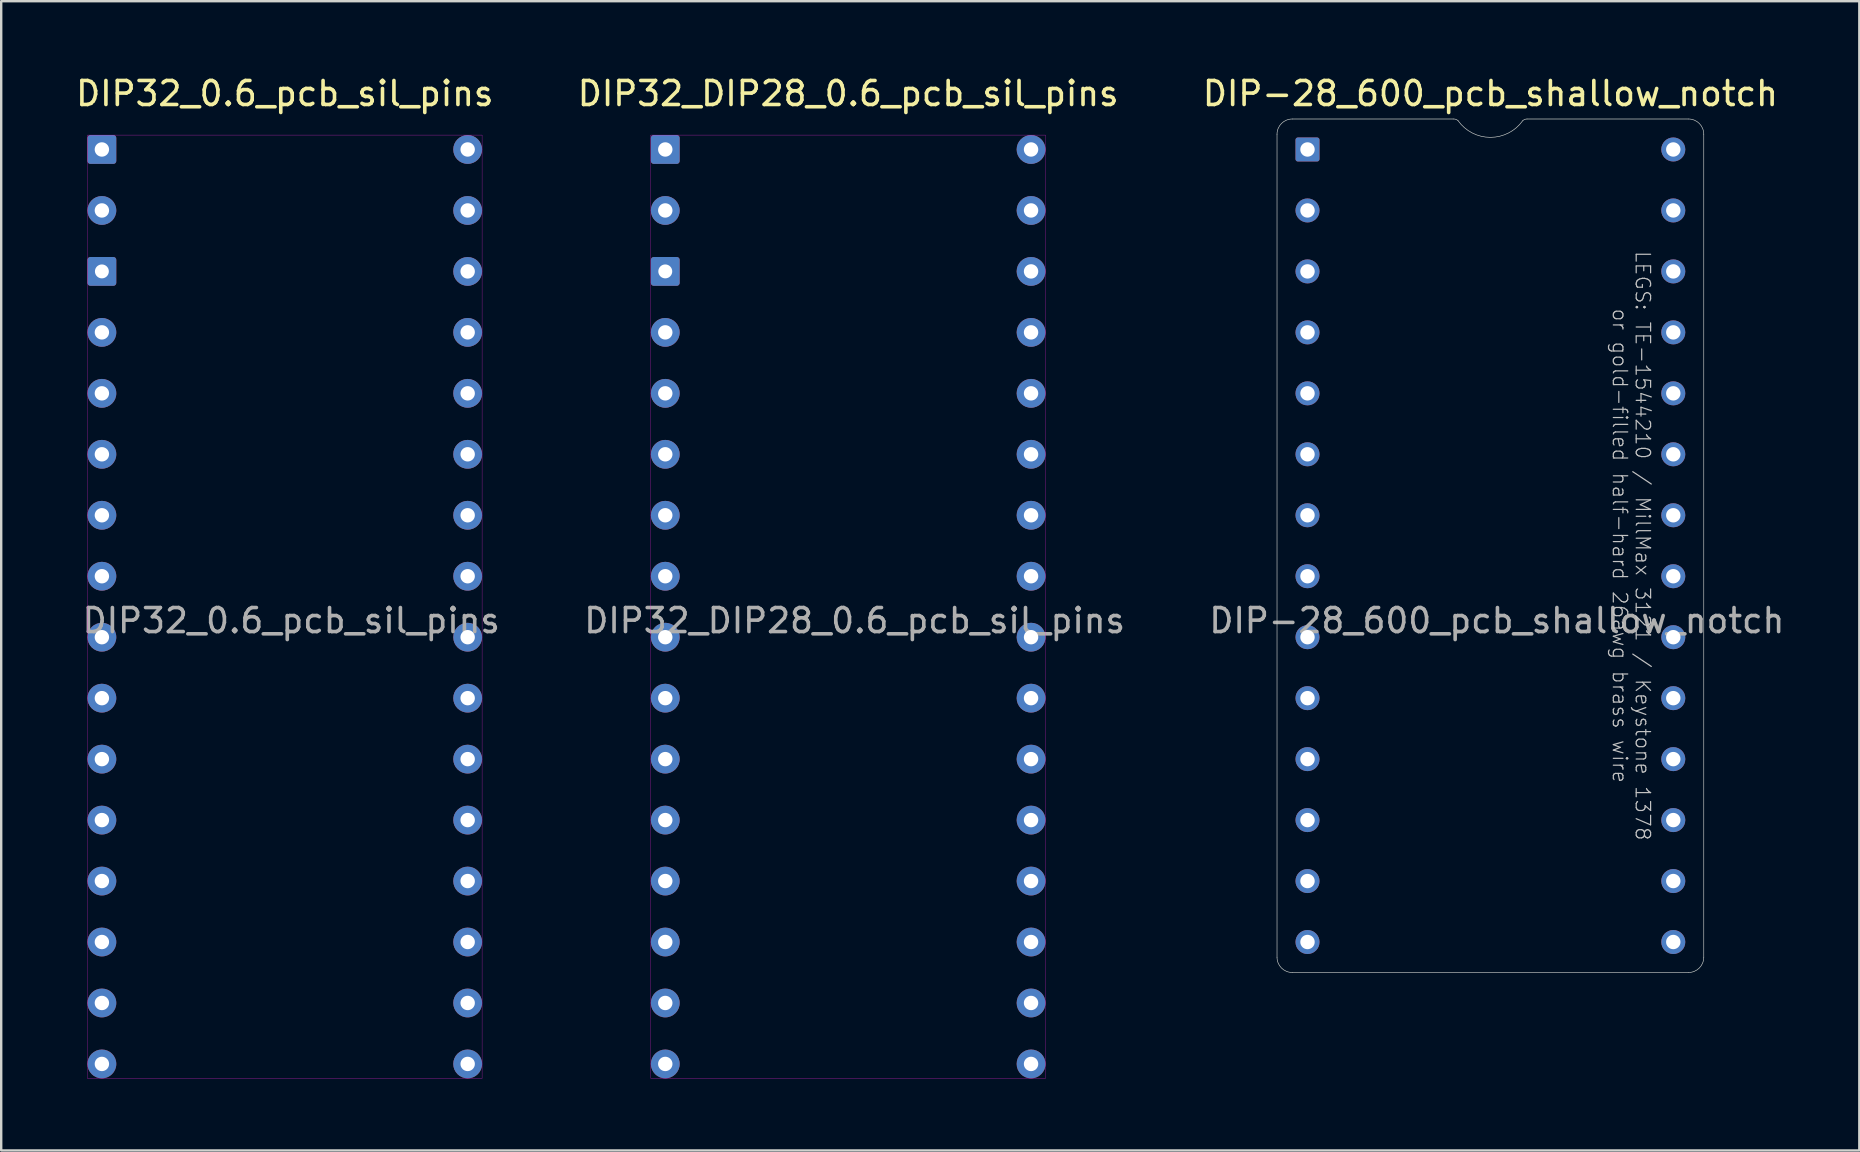
<source format=kicad_pcb>
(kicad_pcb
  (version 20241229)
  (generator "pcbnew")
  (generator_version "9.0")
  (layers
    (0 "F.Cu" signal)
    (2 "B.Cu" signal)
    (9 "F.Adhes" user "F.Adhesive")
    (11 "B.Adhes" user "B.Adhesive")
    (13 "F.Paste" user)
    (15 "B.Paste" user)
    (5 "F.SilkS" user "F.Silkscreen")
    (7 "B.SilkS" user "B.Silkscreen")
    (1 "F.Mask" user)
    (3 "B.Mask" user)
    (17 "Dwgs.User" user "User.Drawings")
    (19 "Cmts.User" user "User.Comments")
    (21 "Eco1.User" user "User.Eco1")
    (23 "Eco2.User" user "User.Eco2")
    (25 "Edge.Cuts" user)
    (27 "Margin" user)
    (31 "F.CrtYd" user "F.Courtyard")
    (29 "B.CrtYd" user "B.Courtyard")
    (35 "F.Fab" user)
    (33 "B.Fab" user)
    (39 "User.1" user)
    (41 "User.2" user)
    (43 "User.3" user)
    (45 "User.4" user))
  (footprint "DIP32_DIP28_0.6_pcb_sil_pins"
    (layer "F.Cu")
    (at 32.288 22.228)
    (property "Reference" "DIP32_DIP28_0.6_pcb_sil_pins" (at 0 -21.38 0) (layer "F.SilkS") (effects (font (size 1 1) (thickness 0.15))))
    (attr through_hole)
    (fp_line (start -8.22 -19.65) (end -8.22 19.65) (stroke (width 0.01) (type solid)) (layer "F.CrtYd"))
    (fp_line (start -8.22 19.65) (end 8.22 19.65) (stroke (width 0.01) (type solid)) (layer "F.CrtYd"))
    (fp_line (start 8.22 -19.65) (end -8.22 -19.65) (stroke (width 0.01) (type solid)) (layer "F.CrtYd"))
    (fp_line (start 8.22 19.65) (end 8.22 -19.65) (stroke (width 0.01) (type solid)) (layer "F.CrtYd"))
    (fp_text user "${REFERENCE}" (at 0.27 0.58 0) (layer "F.Fab") (effects (font (size 1 1) (thickness 0.15))))
    (pad "1" thru_hole roundrect (at -7.62 -19.05) (size 1.2 1.2) (drill 0.6) (layers "*.Cu" "*.Mask") (roundrect_rratio 0.1))
    (pad "2" thru_hole circle (at -7.62 -16.51) (size 1.2 1.2) (drill 0.6) (layers "*.Cu" "*.Mask"))
    (pad "3" thru_hole roundrect (at -7.62 -13.97) (size 1.2 1.2) (drill 0.58) (layers "*.Cu" "*.Mask") (roundrect_rratio 0.1))
    (pad "4" thru_hole circle (at -7.62 -11.43) (size 1.2 1.2) (drill 0.6) (layers "*.Cu" "*.Mask"))
    (pad "5" thru_hole circle (at -7.62 -8.89) (size 1.2 1.2) (drill 0.6) (layers "*.Cu" "*.Mask"))
    (pad "6" thru_hole circle (at -7.62 -6.35) (size 1.2 1.2) (drill 0.6) (layers "*.Cu" "*.Mask"))
    (pad "7" thru_hole circle (at -7.62 -3.81) (size 1.2 1.2) (drill 0.6) (layers "*.Cu" "*.Mask"))
    (pad "8" thru_hole circle (at -7.62 -1.27) (size 1.2 1.2) (drill 0.6) (layers "*.Cu" "*.Mask"))
    (pad "9" thru_hole circle (at -7.62 1.27) (size 1.2 1.2) (drill 0.6) (layers "*.Cu" "*.Mask"))
    (pad "10" thru_hole circle (at -7.62 3.81) (size 1.2 1.2) (drill 0.6) (layers "*.Cu" "*.Mask"))
    (pad "11" thru_hole circle (at -7.62 6.35) (size 1.2 1.2) (drill 0.6) (layers "*.Cu" "*.Mask"))
    (pad "12" thru_hole circle (at -7.62 8.89) (size 1.2 1.2) (drill 0.6) (layers "*.Cu" "*.Mask"))
    (pad "13" thru_hole circle (at -7.62 11.43) (size 1.2 1.2) (drill 0.6) (layers "*.Cu" "*.Mask"))
    (pad "14" thru_hole circle (at -7.62 13.97) (size 1.2 1.2) (drill 0.6) (layers "*.Cu" "*.Mask"))
    (pad "15" thru_hole circle (at -7.62 16.51) (size 1.2 1.2) (drill 0.6) (layers "*.Cu" "*.Mask"))
    (pad "16" thru_hole circle (at -7.62 19.05) (size 1.2 1.2) (drill 0.6) (layers "*.Cu" "*.Mask"))
    (pad "17" thru_hole circle (at 7.62 19.05) (size 1.2 1.2) (drill 0.6) (layers "*.Cu" "*.Mask"))
    (pad "18" thru_hole circle (at 7.62 16.51) (size 1.2 1.2) (drill 0.6) (layers "*.Cu" "*.Mask"))
    (pad "19" thru_hole circle (at 7.62 13.97) (size 1.2 1.2) (drill 0.6) (layers "*.Cu" "*.Mask"))
    (pad "20" thru_hole circle (at 7.62 11.43) (size 1.2 1.2) (drill 0.6) (layers "*.Cu" "*.Mask"))
    (pad "21" thru_hole circle (at 7.62 8.89) (size 1.2 1.2) (drill 0.6) (layers "*.Cu" "*.Mask"))
    (pad "22" thru_hole circle (at 7.62 6.35) (size 1.2 1.2) (drill 0.6) (layers "*.Cu" "*.Mask"))
    (pad "23" thru_hole circle (at 7.62 3.81) (size 1.2 1.2) (drill 0.6) (layers "*.Cu" "*.Mask"))
    (pad "24" thru_hole circle (at 7.62 1.27) (size 1.2 1.2) (drill 0.6) (layers "*.Cu" "*.Mask"))
    (pad "25" thru_hole circle (at 7.62 -1.27) (size 1.2 1.2) (drill 0.6) (layers "*.Cu" "*.Mask"))
    (pad "26" thru_hole circle (at 7.62 -3.81) (size 1.2 1.2) (drill 0.6) (layers "*.Cu" "*.Mask"))
    (pad "27" thru_hole circle (at 7.62 -6.35) (size 1.2 1.2) (drill 0.6) (layers "*.Cu" "*.Mask"))
    (pad "28" thru_hole circle (at 7.62 -8.89) (size 1.2 1.2) (drill 0.6) (layers "*.Cu" "*.Mask"))
    (pad "29" thru_hole circle (at 7.62 -11.43) (size 1.2 1.2) (drill 0.6) (layers "*.Cu" "*.Mask"))
    (pad "30" thru_hole circle (at 7.62 -13.97) (size 1.2 1.2) (drill 0.6) (layers "*.Cu" "*.Mask"))
    (pad "31" thru_hole circle (at 7.62 -16.51) (size 1.2 1.2) (drill 0.6) (layers "*.Cu" "*.Mask"))
    (pad "32" thru_hole circle (at 7.62 -19.05) (size 1.2 1.2) (drill 0.6) (layers "*.Cu" "*.Mask")))
  (footprint "DIP-28_600_pcb_shallow_notch"
    (layer "F.Cu")
    (at 59.046 19.688)
    (property "Reference" "DIP-28_600_pcb_shallow_notch" (at 0 -18.84 0) (layer "F.SilkS") (effects (font (size 1 1) (thickness 0.15))))
    (attr through_hole)
    (fp_line (start -8.89 17.145) (end -8.89 -17.145) (stroke (width 0.025) (type solid)) (layer "Edge.Cuts"))
    (fp_line (start -8.255 -17.78) (end -1.524 -17.78) (stroke (width 0.025) (type solid)) (layer "Edge.Cuts"))
    (fp_line (start 1.524 -17.78) (end 8.255 -17.78) (stroke (width 0.025) (type solid)) (layer "Edge.Cuts"))
    (fp_line (start 8.255 17.78) (end -8.255 17.78) (stroke (width 0.025) (type solid)) (layer "Edge.Cuts"))
    (fp_line (start 8.89 -17.145) (end 8.89 17.145) (stroke (width 0.025) (type solid)) (layer "Edge.Cuts"))
    (fp_arc (start -8.89 -17.145) (mid -8.704013 -17.594013) (end -8.255 -17.78) (stroke (width 0.0254) (type solid)) (layer "Edge.Cuts"))
    (fp_arc (start -8.255 17.78) (mid -8.704013 17.594013) (end -8.89 17.145) (stroke (width 0.0254) (type solid)) (layer "Edge.Cuts"))
    (fp_arc (start -1.524 -17.78) (mid -1.426798 -17.760665) (end -1.344395 -17.705605) (stroke (width 0.0254) (type default)) (layer "Edge.Cuts"))
    (fp_arc (start 1.344395 -17.705605) (mid 0 -17.015057) (end -1.344395 -17.705605) (stroke (width 0.0254) (type default)) (layer "Edge.Cuts"))
    (fp_arc (start 1.344395 -17.705605) (mid 1.426798 -17.760665) (end 1.524 -17.78) (stroke (width 0.0254) (type default)) (layer "Edge.Cuts"))
    (fp_arc (start 8.255 -17.78) (mid 8.704013 -17.594013) (end 8.89 -17.145) (stroke (width 0.0254) (type solid)) (layer "Edge.Cuts"))
    (fp_arc (start 8.89 17.145) (mid 8.704013 17.594013) (end 8.255 17.78) (stroke (width 0.0254) (type solid)) (layer "Edge.Cuts"))
    (fp_text user "LEGS: TE-1544210 / MillMax 3121 / Keystone 1378" (at 6.35 0 270) (unlocked yes) (layer "Dwgs.User") (effects (font (size 0.6 0.6) (thickness 0.05))))
    (fp_text user "or gold-filled half-hard 26awg brass wire" (at 5.397 0 270) (unlocked yes) (layer "Dwgs.User") (effects (font (size 0.6 0.6) (thickness 0.05))))
    (fp_text user "${REFERENCE}" (at 0.27 3.12 0) (layer "F.Fab") (effects (font (size 1 1) (thickness 0.15))))
    (pad "1" thru_hole roundrect (at -7.62 -16.51) (size 1 1) (drill 0.6) (layers "*.Cu" "*.Mask") (roundrect_rratio 0.1))
    (pad "2" thru_hole circle (at -7.62 -13.97) (size 1 1) (drill 0.6) (layers "*.Cu" "*.Mask"))
    (pad "3" thru_hole circle (at -7.62 -11.43) (size 1 1) (drill 0.6) (layers "*.Cu" "*.Mask"))
    (pad "4" thru_hole circle (at -7.62 -8.89) (size 1 1) (drill 0.6) (layers "*.Cu" "*.Mask"))
    (pad "5" thru_hole circle (at -7.62 -6.35) (size 1 1) (drill 0.6) (layers "*.Cu" "*.Mask"))
    (pad "6" thru_hole circle (at -7.62 -3.81) (size 1 1) (drill 0.6) (layers "*.Cu" "*.Mask"))
    (pad "7" thru_hole circle (at -7.62 -1.27) (size 1 1) (drill 0.6) (layers "*.Cu" "*.Mask"))
    (pad "8" thru_hole circle (at -7.62 1.27) (size 1 1) (drill 0.6) (layers "*.Cu" "*.Mask"))
    (pad "9" thru_hole circle (at -7.62 3.81) (size 1 1) (drill 0.6) (layers "*.Cu" "*.Mask"))
    (pad "10" thru_hole circle (at -7.62 6.35) (size 1 1) (drill 0.6) (layers "*.Cu" "*.Mask"))
    (pad "11" thru_hole circle (at -7.62 8.89) (size 1 1) (drill 0.6) (layers "*.Cu" "*.Mask"))
    (pad "12" thru_hole circle (at -7.62 11.43) (size 1 1) (drill 0.6) (layers "*.Cu" "*.Mask"))
    (pad "13" thru_hole circle (at -7.62 13.97) (size 1 1) (drill 0.6) (layers "*.Cu" "*.Mask"))
    (pad "14" thru_hole circle (at -7.62 16.51) (size 1 1) (drill 0.6) (layers "*.Cu" "*.Mask"))
    (pad "15" thru_hole circle (at 7.62 16.51) (size 1 1) (drill 0.6) (layers "*.Cu" "*.Mask"))
    (pad "16" thru_hole circle (at 7.62 13.97) (size 1 1) (drill 0.6) (layers "*.Cu" "*.Mask"))
    (pad "17" thru_hole circle (at 7.62 11.43) (size 1 1) (drill 0.6) (layers "*.Cu" "*.Mask"))
    (pad "18" thru_hole circle (at 7.62 8.89) (size 1 1) (drill 0.6) (layers "*.Cu" "*.Mask"))
    (pad "19" thru_hole circle (at 7.62 6.35) (size 1 1) (drill 0.6) (layers "*.Cu" "*.Mask"))
    (pad "20" thru_hole circle (at 7.62 3.81) (size 1 1) (drill 0.6) (layers "*.Cu" "*.Mask"))
    (pad "21" thru_hole circle (at 7.62 1.27) (size 1 1) (drill 0.6) (layers "*.Cu" "*.Mask"))
    (pad "22" thru_hole circle (at 7.62 -1.27) (size 1 1) (drill 0.6) (layers "*.Cu" "*.Mask"))
    (pad "23" thru_hole circle (at 7.62 -3.81) (size 1 1) (drill 0.6) (layers "*.Cu" "*.Mask"))
    (pad "24" thru_hole circle (at 7.62 -6.35) (size 1 1) (drill 0.6) (layers "*.Cu" "*.Mask"))
    (pad "25" thru_hole circle (at 7.62 -8.89) (size 1 1) (drill 0.6) (layers "*.Cu" "*.Mask"))
    (pad "26" thru_hole circle (at 7.62 -11.43) (size 1 1) (drill 0.6) (layers "*.Cu" "*.Mask"))
    (pad "27" thru_hole circle (at 7.62 -13.97) (size 1 1) (drill 0.6) (layers "*.Cu" "*.Mask"))
    (pad "28" thru_hole circle (at 7.62 -16.51) (size 1 1) (drill 0.6) (layers "*.Cu" "*.Mask")))
  (footprint "DIP32_0.6_pcb_sil_pins"
    (layer "F.Cu")
    (at 8.815 22.228)
    (property "Reference" "DIP32_0.6_pcb_sil_pins" (at 0 -21.38 0) (layer "F.SilkS") (effects (font (size 1 1) (thickness 0.15))))
    (attr through_hole)
    (fp_line (start -8.22 -19.65) (end -8.22 19.65) (stroke (width 0.01) (type solid)) (layer "F.CrtYd"))
    (fp_line (start -8.22 19.65) (end 8.22 19.65) (stroke (width 0.01) (type solid)) (layer "F.CrtYd"))
    (fp_line (start 8.22 -19.65) (end -8.22 -19.65) (stroke (width 0.01) (type solid)) (layer "F.CrtYd"))
    (fp_line (start 8.22 19.65) (end 8.22 -19.65) (stroke (width 0.01) (type solid)) (layer "F.CrtYd"))
    (fp_text user "${REFERENCE}" (at 0.27 0.58 0) (layer "F.Fab") (effects (font (size 1 1) (thickness 0.15))))
    (pad "1" thru_hole roundrect (at -7.62 -19.05) (size 1.2 1.2) (drill 0.6) (layers "*.Cu" "*.Mask") (roundrect_rratio 0.1))
    (pad "2" thru_hole circle (at -7.62 -16.51) (size 1.2 1.2) (drill 0.6) (layers "*.Cu" "*.Mask"))
    (pad "3" thru_hole roundrect (at -7.62 -13.97) (size 1.2 1.2) (drill 0.58) (layers "*.Cu" "*.Mask") (roundrect_rratio 0.1))
    (pad "4" thru_hole circle (at -7.62 -11.43) (size 1.2 1.2) (drill 0.6) (layers "*.Cu" "*.Mask"))
    (pad "5" thru_hole circle (at -7.62 -8.89) (size 1.2 1.2) (drill 0.6) (layers "*.Cu" "*.Mask"))
    (pad "6" thru_hole circle (at -7.62 -6.35) (size 1.2 1.2) (drill 0.6) (layers "*.Cu" "*.Mask"))
    (pad "7" thru_hole circle (at -7.62 -3.81) (size 1.2 1.2) (drill 0.6) (layers "*.Cu" "*.Mask"))
    (pad "8" thru_hole circle (at -7.62 -1.27) (size 1.2 1.2) (drill 0.6) (layers "*.Cu" "*.Mask"))
    (pad "9" thru_hole circle (at -7.62 1.27) (size 1.2 1.2) (drill 0.6) (layers "*.Cu" "*.Mask"))
    (pad "10" thru_hole circle (at -7.62 3.81) (size 1.2 1.2) (drill 0.6) (layers "*.Cu" "*.Mask"))
    (pad "11" thru_hole circle (at -7.62 6.35) (size 1.2 1.2) (drill 0.6) (layers "*.Cu" "*.Mask"))
    (pad "12" thru_hole circle (at -7.62 8.89) (size 1.2 1.2) (drill 0.6) (layers "*.Cu" "*.Mask"))
    (pad "13" thru_hole circle (at -7.62 11.43) (size 1.2 1.2) (drill 0.6) (layers "*.Cu" "*.Mask"))
    (pad "14" thru_hole circle (at -7.62 13.97) (size 1.2 1.2) (drill 0.6) (layers "*.Cu" "*.Mask"))
    (pad "15" thru_hole circle (at -7.62 16.51) (size 1.2 1.2) (drill 0.6) (layers "*.Cu" "*.Mask"))
    (pad "16" thru_hole circle (at -7.62 19.05) (size 1.2 1.2) (drill 0.6) (layers "*.Cu" "*.Mask"))
    (pad "17" thru_hole circle (at 7.62 19.05) (size 1.2 1.2) (drill 0.6) (layers "*.Cu" "*.Mask"))
    (pad "18" thru_hole circle (at 7.62 16.51) (size 1.2 1.2) (drill 0.6) (layers "*.Cu" "*.Mask"))
    (pad "19" thru_hole circle (at 7.62 13.97) (size 1.2 1.2) (drill 0.6) (layers "*.Cu" "*.Mask"))
    (pad "20" thru_hole circle (at 7.62 11.43) (size 1.2 1.2) (drill 0.6) (layers "*.Cu" "*.Mask"))
    (pad "21" thru_hole circle (at 7.62 8.89) (size 1.2 1.2) (drill 0.6) (layers "*.Cu" "*.Mask"))
    (pad "22" thru_hole circle (at 7.62 6.35) (size 1.2 1.2) (drill 0.6) (layers "*.Cu" "*.Mask"))
    (pad "23" thru_hole circle (at 7.62 3.81) (size 1.2 1.2) (drill 0.6) (layers "*.Cu" "*.Mask"))
    (pad "24" thru_hole circle (at 7.62 1.27) (size 1.2 1.2) (drill 0.6) (layers "*.Cu" "*.Mask"))
    (pad "25" thru_hole circle (at 7.62 -1.27) (size 1.2 1.2) (drill 0.6) (layers "*.Cu" "*.Mask"))
    (pad "26" thru_hole circle (at 7.62 -3.81) (size 1.2 1.2) (drill 0.6) (layers "*.Cu" "*.Mask"))
    (pad "27" thru_hole circle (at 7.62 -6.35) (size 1.2 1.2) (drill 0.6) (layers "*.Cu" "*.Mask"))
    (pad "28" thru_hole circle (at 7.62 -8.89) (size 1.2 1.2) (drill 0.6) (layers "*.Cu" "*.Mask"))
    (pad "29" thru_hole circle (at 7.62 -11.43) (size 1.2 1.2) (drill 0.6) (layers "*.Cu" "*.Mask"))
    (pad "30" thru_hole circle (at 7.62 -13.97) (size 1.2 1.2) (drill 0.6) (layers "*.Cu" "*.Mask"))
    (pad "31" thru_hole circle (at 7.62 -16.51) (size 1.2 1.2) (drill 0.6) (layers "*.Cu" "*.Mask"))
    (pad "32" thru_hole circle (at 7.62 -19.05) (size 1.2 1.2) (drill 0.6) (layers "*.Cu" "*.Mask")))
  (gr_rect
    (start -3 -3)
    (end 74.417 44.883)
    (stroke (width 0.1) (type default))
    (fill no)
    (layer "Edge.Cuts")))
</source>
